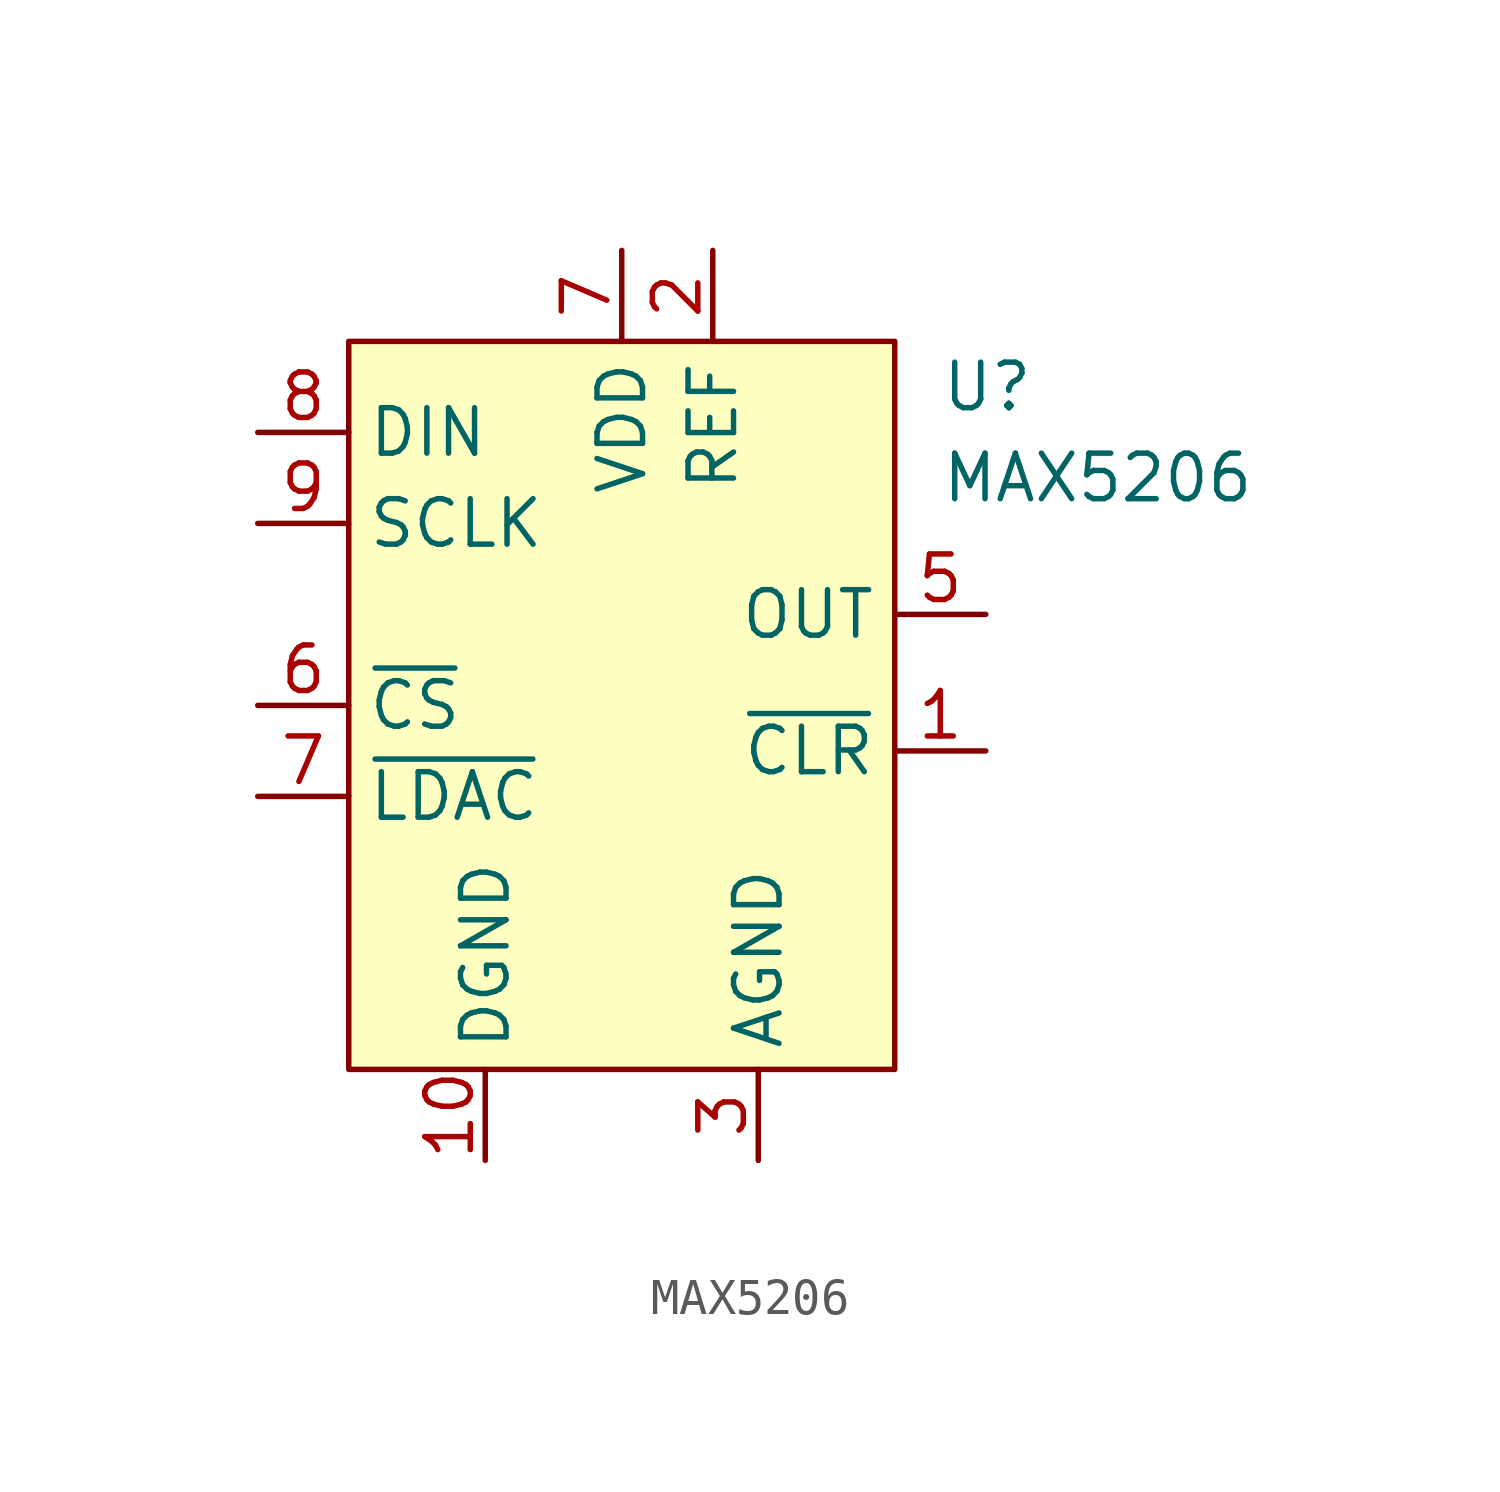
<source format=kicad_sym>
(kicad_symbol_lib
  (version 20211014)
  (generator kicad_symbol_editor)
  (symbol "MAX5206"
    (property "Reference" "U"
      (at 8.89 6.35 0)
      (effects (font (size 1.27 1.27)) (justify left)))
    (property "Value" "MAX5206"
      (at 8.89 3.81 0)
      (effects (font (size 1.27 1.27)) (justify left)))
    (symbol "MAX5206_0_1"
      (rectangle (start -7.62 7.62) (end 7.62 -12.7) (stroke (width 0) (type default) (color 0 0 0 0)) (fill (type background))))
    (symbol "MAX5206_1_1"
      (pin input line (at 10.16 -3.81 180) (length 2.54) (name "~{CLR}" (effects (font (size 1.27 1.27)))) (number "1" (effects (font (size 1.27 1.27)))))
      (pin power_in line (at -3.81 -15.24 90) (length 2.54) (name "DGND" (effects (font (size 1.27 1.27)))) (number "10" (effects (font (size 1.27 1.27)))))
      (pin power_in line (at 2.54 10.16 270) (length 2.54) (name "REF" (effects (font (size 1.27 1.27)))) (number "2" (effects (font (size 1.27 1.27)))))
      (pin power_in line (at 3.81 -15.24 90) (length 2.54) (name "AGND" (effects (font (size 1.27 1.27)))) (number "3" (effects (font (size 1.27 1.27)))))
      (pin output line (at 10.16 0 180) (length 2.54) (name "OUT" (effects (font (size 1.27 1.27)))) (number "5" (effects (font (size 1.27 1.27)))))
      (pin input line (at -10.16 -2.54 0) (length 2.54) (name "~{CS}" (effects (font (size 1.27 1.27)))) (number "6" (effects (font (size 1.27 1.27)))))
      (pin power_in line (at 0 10.16 270) (length 2.54) (name "VDD" (effects (font (size 1.27 1.27)))) (number "7" (effects (font (size 1.27 1.27)))))
      (pin input line (at -10.16 -5.08 0) (length 2.54) (name "~{LDAC}" (effects (font (size 1.27 1.27)))) (number "7" (effects (font (size 1.27 1.27)))))
      (pin input line (at -10.16 5.08 0) (length 2.54) (name "DIN" (effects (font (size 1.27 1.27)))) (number "8" (effects (font (size 1.27 1.27)))))
      (pin bidirectional line (at -10.16 2.54 0) (length 2.54) (name "SCLK" (effects (font (size 1.27 1.27)))) (number "9" (effects (font (size 1.27 1.27))))))))
</source>
